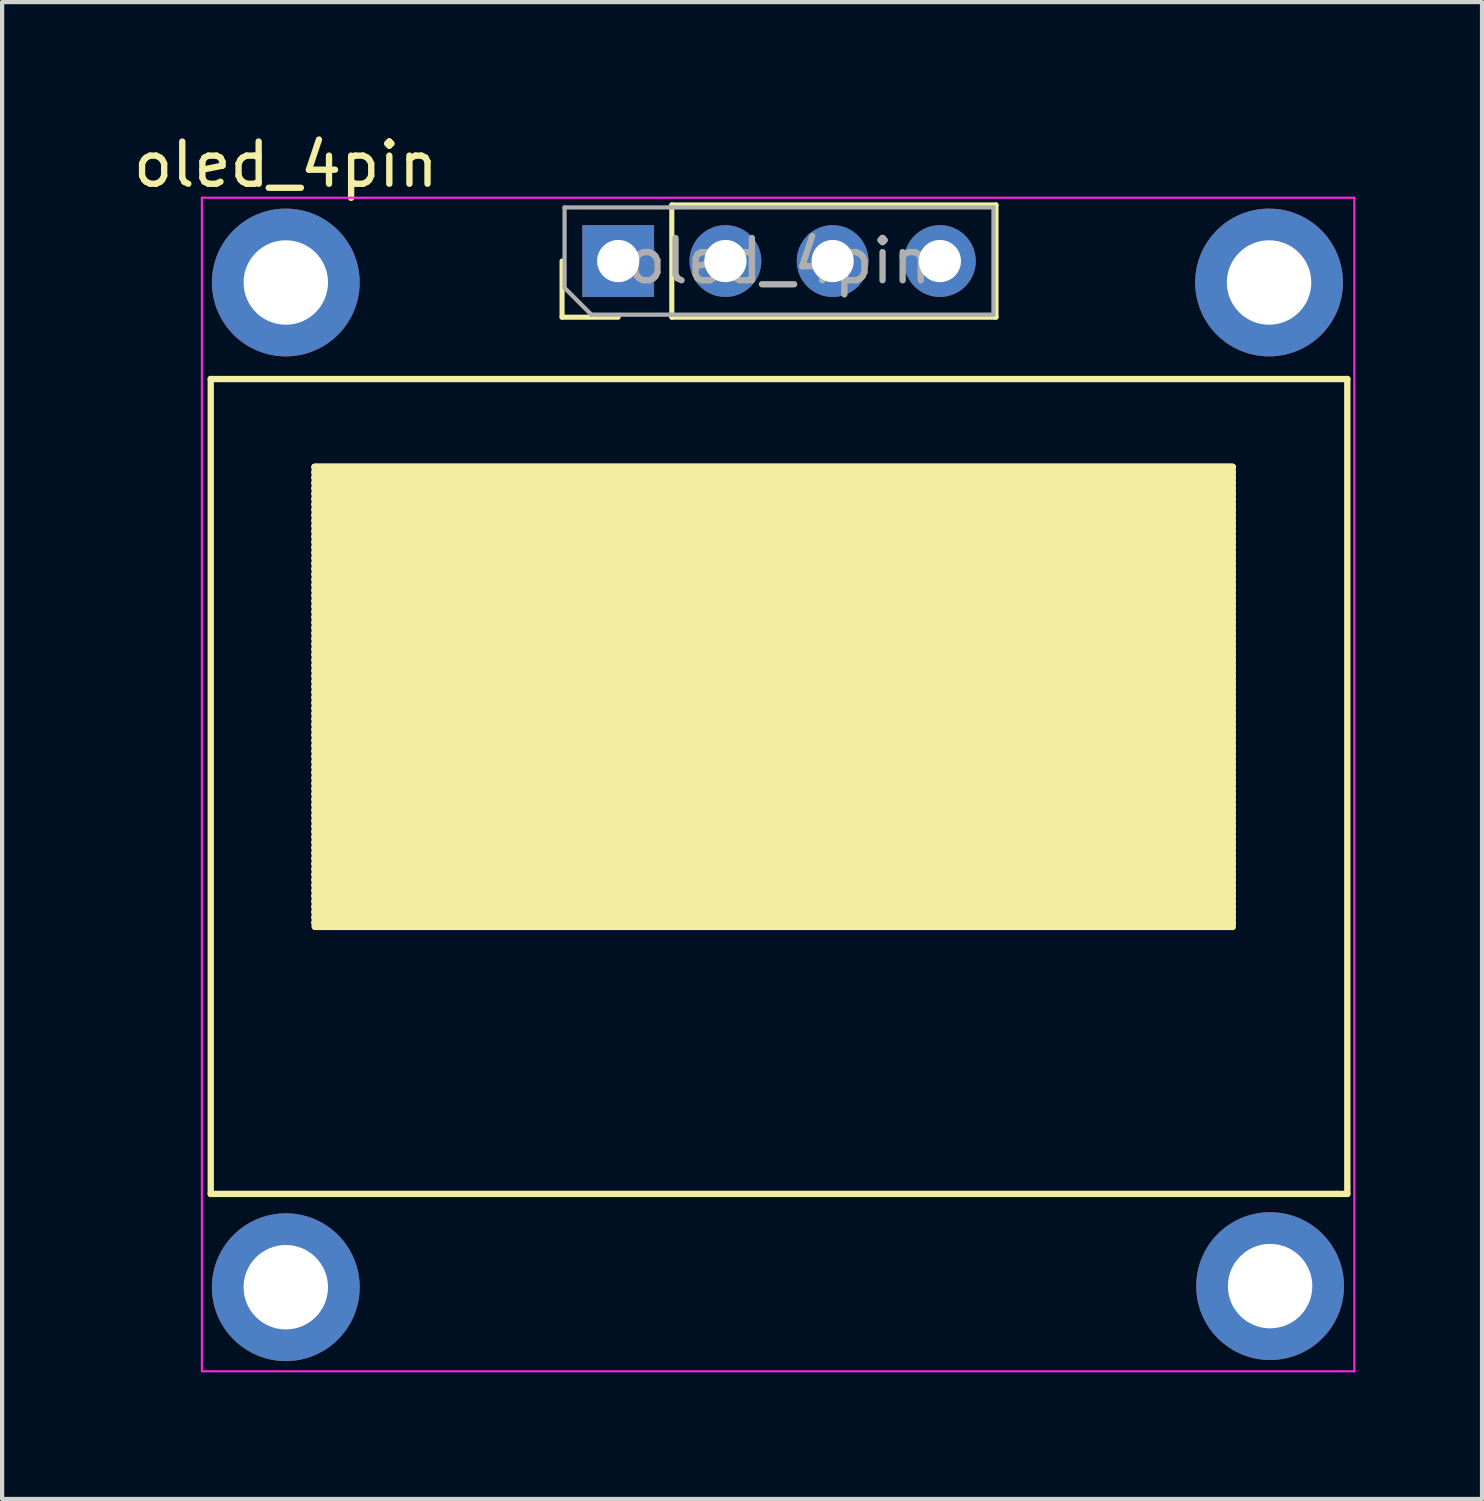
<source format=kicad_pcb>
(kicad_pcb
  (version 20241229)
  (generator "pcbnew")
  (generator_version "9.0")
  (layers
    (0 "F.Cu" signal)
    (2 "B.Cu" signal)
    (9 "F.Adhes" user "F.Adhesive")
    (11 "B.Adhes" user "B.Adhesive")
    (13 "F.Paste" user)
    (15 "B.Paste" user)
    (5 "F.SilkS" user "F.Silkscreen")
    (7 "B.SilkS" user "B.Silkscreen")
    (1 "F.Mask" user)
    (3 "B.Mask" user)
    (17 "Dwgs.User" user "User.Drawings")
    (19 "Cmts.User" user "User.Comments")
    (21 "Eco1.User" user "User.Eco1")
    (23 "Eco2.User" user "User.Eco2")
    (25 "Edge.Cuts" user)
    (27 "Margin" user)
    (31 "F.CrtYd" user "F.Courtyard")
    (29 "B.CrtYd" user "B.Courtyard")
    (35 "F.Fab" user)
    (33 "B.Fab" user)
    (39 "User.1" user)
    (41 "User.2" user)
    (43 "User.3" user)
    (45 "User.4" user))
  (footprint "oled_4pin"
    (layer "F.Cu")
    (at 15.15 2.88)
    (property "Reference" "oled_4pin" (at -11.43 -2.032 0) (layer "F.SilkS") (effects (font (size 1 1) (thickness 0.15))))
    (attr through_hole)
    (fp_line (start -13.208 3.048) (end -13.208 22.352) (stroke (width 0.15) (type solid)) (layer "F.SilkS"))
    (fp_line (start -13.208 22.352) (end 13.462 22.352) (stroke (width 0.15) (type solid)) (layer "F.SilkS"))
    (fp_line (start -10.744 5.131) (end -10.744 16.002) (stroke (width 0.15) (type solid)) (layer "F.SilkS"))
    (fp_line (start -10.744 5.131) (end 10.998 5.131) (stroke (width 0.15) (type solid)) (layer "F.SilkS"))
    (fp_line (start -10.744 5.131) (end 10.998 5.131) (stroke (width 0.15) (type solid)) (layer "F.SilkS"))
    (fp_line (start -10.744 5.131) (end 10.998 5.131) (stroke (width 0.15) (type solid)) (layer "F.SilkS"))
    (fp_line (start -10.744 5.131) (end 10.998 5.131) (stroke (width 0.15) (type solid)) (layer "F.SilkS"))
    (fp_line (start -10.744 5.131) (end 10.998 5.131) (stroke (width 0.15) (type solid)) (layer "F.SilkS"))
    (fp_line (start -10.744 5.258) (end 10.998 5.258) (stroke (width 0.15) (type solid)) (layer "F.SilkS"))
    (fp_line (start -10.744 5.258) (end 10.998 5.258) (stroke (width 0.15) (type solid)) (layer "F.SilkS"))
    (fp_line (start -10.744 5.258) (end 10.998 5.258) (stroke (width 0.15) (type solid)) (layer "F.SilkS"))
    (fp_line (start -10.744 5.258) (end 10.998 5.258) (stroke (width 0.15) (type solid)) (layer "F.SilkS"))
    (fp_line (start -10.744 5.258) (end 10.998 5.258) (stroke (width 0.15) (type solid)) (layer "F.SilkS"))
    (fp_line (start -10.744 5.385) (end 10.998 5.385) (stroke (width 0.15) (type solid)) (layer "F.SilkS"))
    (fp_line (start -10.744 5.385) (end 10.998 5.385) (stroke (width 0.15) (type solid)) (layer "F.SilkS"))
    (fp_line (start -10.744 5.385) (end 10.998 5.385) (stroke (width 0.15) (type solid)) (layer "F.SilkS"))
    (fp_line (start -10.744 5.385) (end 10.998 5.385) (stroke (width 0.15) (type solid)) (layer "F.SilkS"))
    (fp_line (start -10.744 5.385) (end 10.998 5.385) (stroke (width 0.15) (type solid)) (layer "F.SilkS"))
    (fp_line (start -10.744 5.512) (end 10.998 5.512) (stroke (width 0.15) (type solid)) (layer "F.SilkS"))
    (fp_line (start -10.744 5.512) (end 10.998 5.512) (stroke (width 0.15) (type solid)) (layer "F.SilkS"))
    (fp_line (start -10.744 5.512) (end 10.998 5.512) (stroke (width 0.15) (type solid)) (layer "F.SilkS"))
    (fp_line (start -10.744 5.512) (end 10.998 5.512) (stroke (width 0.15) (type solid)) (layer "F.SilkS"))
    (fp_line (start -10.744 5.512) (end 10.998 5.512) (stroke (width 0.15) (type solid)) (layer "F.SilkS"))
    (fp_line (start -10.744 5.639) (end 10.998 5.639) (stroke (width 0.15) (type solid)) (layer "F.SilkS"))
    (fp_line (start -10.744 5.639) (end 10.998 5.639) (stroke (width 0.15) (type solid)) (layer "F.SilkS"))
    (fp_line (start -10.744 5.639) (end 10.998 5.639) (stroke (width 0.15) (type solid)) (layer "F.SilkS"))
    (fp_line (start -10.744 5.639) (end 10.998 5.639) (stroke (width 0.15) (type solid)) (layer "F.SilkS"))
    (fp_line (start -10.744 5.639) (end 10.998 5.639) (stroke (width 0.15) (type solid)) (layer "F.SilkS"))
    (fp_line (start -10.744 5.766) (end 10.998 5.766) (stroke (width 0.15) (type solid)) (layer "F.SilkS"))
    (fp_line (start -10.744 5.766) (end 10.998 5.766) (stroke (width 0.15) (type solid)) (layer "F.SilkS"))
    (fp_line (start -10.744 5.766) (end 10.998 5.766) (stroke (width 0.15) (type solid)) (layer "F.SilkS"))
    (fp_line (start -10.744 5.766) (end 10.998 5.766) (stroke (width 0.15) (type solid)) (layer "F.SilkS"))
    (fp_line (start -10.744 5.766) (end 10.998 5.766) (stroke (width 0.15) (type solid)) (layer "F.SilkS"))
    (fp_line (start -10.744 5.893) (end 10.998 5.893) (stroke (width 0.15) (type solid)) (layer "F.SilkS"))
    (fp_line (start -10.744 5.893) (end 10.998 5.893) (stroke (width 0.15) (type solid)) (layer "F.SilkS"))
    (fp_line (start -10.744 5.893) (end 10.998 5.893) (stroke (width 0.15) (type solid)) (layer "F.SilkS"))
    (fp_line (start -10.744 5.893) (end 10.998 5.893) (stroke (width 0.15) (type solid)) (layer "F.SilkS"))
    (fp_line (start -10.744 5.893) (end 10.998 5.893) (stroke (width 0.15) (type solid)) (layer "F.SilkS"))
    (fp_line (start -10.744 6.02) (end 10.998 6.02) (stroke (width 0.15) (type solid)) (layer "F.SilkS"))
    (fp_line (start -10.744 6.02) (end 10.998 6.02) (stroke (width 0.15) (type solid)) (layer "F.SilkS"))
    (fp_line (start -10.744 6.02) (end 10.998 6.02) (stroke (width 0.15) (type solid)) (layer "F.SilkS"))
    (fp_line (start -10.744 6.02) (end 10.998 6.02) (stroke (width 0.15) (type solid)) (layer "F.SilkS"))
    (fp_line (start -10.744 6.02) (end 10.998 6.02) (stroke (width 0.15) (type solid)) (layer "F.SilkS"))
    (fp_line (start -10.744 6.147) (end 10.998 6.147) (stroke (width 0.15) (type solid)) (layer "F.SilkS"))
    (fp_line (start -10.744 6.147) (end 10.998 6.147) (stroke (width 0.15) (type solid)) (layer "F.SilkS"))
    (fp_line (start -10.744 6.147) (end 10.998 6.147) (stroke (width 0.15) (type solid)) (layer "F.SilkS"))
    (fp_line (start -10.744 6.147) (end 10.998 6.147) (stroke (width 0.15) (type solid)) (layer "F.SilkS"))
    (fp_line (start -10.744 6.147) (end 10.998 6.147) (stroke (width 0.15) (type solid)) (layer "F.SilkS"))
    (fp_line (start -10.744 6.274) (end 10.998 6.274) (stroke (width 0.15) (type solid)) (layer "F.SilkS"))
    (fp_line (start -10.744 6.274) (end 10.998 6.274) (stroke (width 0.15) (type solid)) (layer "F.SilkS"))
    (fp_line (start -10.744 6.274) (end 10.998 6.274) (stroke (width 0.15) (type solid)) (layer "F.SilkS"))
    (fp_line (start -10.744 6.274) (end 10.998 6.274) (stroke (width 0.15) (type solid)) (layer "F.SilkS"))
    (fp_line (start -10.744 6.274) (end 10.998 6.274) (stroke (width 0.15) (type solid)) (layer "F.SilkS"))
    (fp_line (start -10.744 6.401) (end 10.998 6.401) (stroke (width 0.15) (type solid)) (layer "F.SilkS"))
    (fp_line (start -10.744 6.401) (end 10.998 6.401) (stroke (width 0.15) (type solid)) (layer "F.SilkS"))
    (fp_line (start -10.744 6.401) (end 10.998 6.401) (stroke (width 0.15) (type solid)) (layer "F.SilkS"))
    (fp_line (start -10.744 6.401) (end 10.998 6.401) (stroke (width 0.15) (type solid)) (layer "F.SilkS"))
    (fp_line (start -10.744 6.401) (end 10.998 6.401) (stroke (width 0.15) (type solid)) (layer "F.SilkS"))
    (fp_line (start -10.744 6.528) (end 10.998 6.528) (stroke (width 0.15) (type solid)) (layer "F.SilkS"))
    (fp_line (start -10.744 6.528) (end 10.998 6.528) (stroke (width 0.15) (type solid)) (layer "F.SilkS"))
    (fp_line (start -10.744 6.528) (end 10.998 6.528) (stroke (width 0.15) (type solid)) (layer "F.SilkS"))
    (fp_line (start -10.744 6.528) (end 10.998 6.528) (stroke (width 0.15) (type solid)) (layer "F.SilkS"))
    (fp_line (start -10.744 6.528) (end 10.998 6.528) (stroke (width 0.15) (type solid)) (layer "F.SilkS"))
    (fp_line (start -10.744 6.655) (end 10.998 6.655) (stroke (width 0.15) (type solid)) (layer "F.SilkS"))
    (fp_line (start -10.744 6.655) (end 10.998 6.655) (stroke (width 0.15) (type solid)) (layer "F.SilkS"))
    (fp_line (start -10.744 6.655) (end 10.998 6.655) (stroke (width 0.15) (type solid)) (layer "F.SilkS"))
    (fp_line (start -10.744 6.655) (end 10.998 6.655) (stroke (width 0.15) (type solid)) (layer "F.SilkS"))
    (fp_line (start -10.744 6.655) (end 10.998 6.655) (stroke (width 0.15) (type solid)) (layer "F.SilkS"))
    (fp_line (start -10.744 6.782) (end 10.998 6.782) (stroke (width 0.15) (type solid)) (layer "F.SilkS"))
    (fp_line (start -10.744 6.782) (end 10.998 6.782) (stroke (width 0.15) (type solid)) (layer "F.SilkS"))
    (fp_line (start -10.744 6.782) (end 10.998 6.782) (stroke (width 0.15) (type solid)) (layer "F.SilkS"))
    (fp_line (start -10.744 6.782) (end 10.998 6.782) (stroke (width 0.15) (type solid)) (layer "F.SilkS"))
    (fp_line (start -10.744 6.782) (end 10.998 6.782) (stroke (width 0.15) (type solid)) (layer "F.SilkS"))
    (fp_line (start -10.744 6.909) (end 10.998 6.909) (stroke (width 0.15) (type solid)) (layer "F.SilkS"))
    (fp_line (start -10.744 6.909) (end 10.998 6.909) (stroke (width 0.15) (type solid)) (layer "F.SilkS"))
    (fp_line (start -10.744 6.909) (end 10.998 6.909) (stroke (width 0.15) (type solid)) (layer "F.SilkS"))
    (fp_line (start -10.744 6.909) (end 10.998 6.909) (stroke (width 0.15) (type solid)) (layer "F.SilkS"))
    (fp_line (start -10.744 6.909) (end 10.998 6.909) (stroke (width 0.15) (type solid)) (layer "F.SilkS"))
    (fp_line (start -10.744 7.036) (end 10.998 7.036) (stroke (width 0.15) (type solid)) (layer "F.SilkS"))
    (fp_line (start -10.744 7.036) (end 10.998 7.036) (stroke (width 0.15) (type solid)) (layer "F.SilkS"))
    (fp_line (start -10.744 7.036) (end 10.998 7.036) (stroke (width 0.15) (type solid)) (layer "F.SilkS"))
    (fp_line (start -10.744 7.036) (end 10.998 7.036) (stroke (width 0.15) (type solid)) (layer "F.SilkS"))
    (fp_line (start -10.744 7.036) (end 10.998 7.036) (stroke (width 0.15) (type solid)) (layer "F.SilkS"))
    (fp_line (start -10.744 7.163) (end 10.998 7.163) (stroke (width 0.15) (type solid)) (layer "F.SilkS"))
    (fp_line (start -10.744 7.163) (end 10.998 7.163) (stroke (width 0.15) (type solid)) (layer "F.SilkS"))
    (fp_line (start -10.744 7.163) (end 10.998 7.163) (stroke (width 0.15) (type solid)) (layer "F.SilkS"))
    (fp_line (start -10.744 7.163) (end 10.998 7.163) (stroke (width 0.15) (type solid)) (layer "F.SilkS"))
    (fp_line (start -10.744 7.163) (end 10.998 7.163) (stroke (width 0.15) (type solid)) (layer "F.SilkS"))
    (fp_line (start -10.744 7.29) (end 10.998 7.29) (stroke (width 0.15) (type solid)) (layer "F.SilkS"))
    (fp_line (start -10.744 7.29) (end 10.998 7.29) (stroke (width 0.15) (type solid)) (layer "F.SilkS"))
    (fp_line (start -10.744 7.29) (end 10.998 7.29) (stroke (width 0.15) (type solid)) (layer "F.SilkS"))
    (fp_line (start -10.744 7.29) (end 10.998 7.29) (stroke (width 0.15) (type solid)) (layer "F.SilkS"))
    (fp_line (start -10.744 7.29) (end 10.998 7.29) (stroke (width 0.15) (type solid)) (layer "F.SilkS"))
    (fp_line (start -10.744 7.417) (end 10.998 7.417) (stroke (width 0.15) (type solid)) (layer "F.SilkS"))
    (fp_line (start -10.744 7.417) (end 10.998 7.417) (stroke (width 0.15) (type solid)) (layer "F.SilkS"))
    (fp_line (start -10.744 7.417) (end 10.998 7.417) (stroke (width 0.15) (type solid)) (layer "F.SilkS"))
    (fp_line (start -10.744 7.417) (end 10.998 7.417) (stroke (width 0.15) (type solid)) (layer "F.SilkS"))
    (fp_line (start -10.744 7.417) (end 10.998 7.417) (stroke (width 0.15) (type solid)) (layer "F.SilkS"))
    (fp_line (start -10.744 7.544) (end 10.998 7.544) (stroke (width 0.15) (type solid)) (layer "F.SilkS"))
    (fp_line (start -10.744 7.544) (end 10.998 7.544) (stroke (width 0.15) (type solid)) (layer "F.SilkS"))
    (fp_line (start -10.744 7.544) (end 10.998 7.544) (stroke (width 0.15) (type solid)) (layer "F.SilkS"))
    (fp_line (start -10.744 7.544) (end 10.998 7.544) (stroke (width 0.15) (type solid)) (layer "F.SilkS"))
    (fp_line (start -10.744 7.544) (end 10.998 7.544) (stroke (width 0.15) (type solid)) (layer "F.SilkS"))
    (fp_line (start -10.744 7.671) (end 10.998 7.671) (stroke (width 0.15) (type solid)) (layer "F.SilkS"))
    (fp_line (start -10.744 7.671) (end 10.998 7.671) (stroke (width 0.15) (type solid)) (layer "F.SilkS"))
    (fp_line (start -10.744 7.671) (end 10.998 7.671) (stroke (width 0.15) (type solid)) (layer "F.SilkS"))
    (fp_line (start -10.744 7.671) (end 10.998 7.671) (stroke (width 0.15) (type solid)) (layer "F.SilkS"))
    (fp_line (start -10.744 7.671) (end 10.998 7.671) (stroke (width 0.15) (type solid)) (layer "F.SilkS"))
    (fp_line (start -10.744 7.798) (end 10.998 7.798) (stroke (width 0.15) (type solid)) (layer "F.SilkS"))
    (fp_line (start -10.744 7.798) (end 10.998 7.798) (stroke (width 0.15) (type solid)) (layer "F.SilkS"))
    (fp_line (start -10.744 7.798) (end 10.998 7.798) (stroke (width 0.15) (type solid)) (layer "F.SilkS"))
    (fp_line (start -10.744 7.798) (end 10.998 7.798) (stroke (width 0.15) (type solid)) (layer "F.SilkS"))
    (fp_line (start -10.744 7.798) (end 10.998 7.798) (stroke (width 0.15) (type solid)) (layer "F.SilkS"))
    (fp_line (start -10.744 7.925) (end 10.998 7.925) (stroke (width 0.15) (type solid)) (layer "F.SilkS"))
    (fp_line (start -10.744 7.925) (end 10.998 7.925) (stroke (width 0.15) (type solid)) (layer "F.SilkS"))
    (fp_line (start -10.744 7.925) (end 10.998 7.925) (stroke (width 0.15) (type solid)) (layer "F.SilkS"))
    (fp_line (start -10.744 7.925) (end 10.998 7.925) (stroke (width 0.15) (type solid)) (layer "F.SilkS"))
    (fp_line (start -10.744 7.925) (end 10.998 7.925) (stroke (width 0.15) (type solid)) (layer "F.SilkS"))
    (fp_line (start -10.744 8.052) (end 10.998 8.052) (stroke (width 0.15) (type solid)) (layer "F.SilkS"))
    (fp_line (start -10.744 8.052) (end 10.998 8.052) (stroke (width 0.15) (type solid)) (layer "F.SilkS"))
    (fp_line (start -10.744 8.052) (end 10.998 8.052) (stroke (width 0.15) (type solid)) (layer "F.SilkS"))
    (fp_line (start -10.744 8.052) (end 10.998 8.052) (stroke (width 0.15) (type solid)) (layer "F.SilkS"))
    (fp_line (start -10.744 8.052) (end 10.998 8.052) (stroke (width 0.15) (type solid)) (layer "F.SilkS"))
    (fp_line (start -10.744 8.179) (end 10.998 8.179) (stroke (width 0.15) (type solid)) (layer "F.SilkS"))
    (fp_line (start -10.744 8.179) (end 10.998 8.179) (stroke (width 0.15) (type solid)) (layer "F.SilkS"))
    (fp_line (start -10.744 8.179) (end 10.998 8.179) (stroke (width 0.15) (type solid)) (layer "F.SilkS"))
    (fp_line (start -10.744 8.179) (end 10.998 8.179) (stroke (width 0.15) (type solid)) (layer "F.SilkS"))
    (fp_line (start -10.744 8.179) (end 10.998 8.179) (stroke (width 0.15) (type solid)) (layer "F.SilkS"))
    (fp_line (start -10.744 8.306) (end 10.998 8.306) (stroke (width 0.15) (type solid)) (layer "F.SilkS"))
    (fp_line (start -10.744 8.306) (end 10.998 8.306) (stroke (width 0.15) (type solid)) (layer "F.SilkS"))
    (fp_line (start -10.744 8.306) (end 10.998 8.306) (stroke (width 0.15) (type solid)) (layer "F.SilkS"))
    (fp_line (start -10.744 8.306) (end 10.998 8.306) (stroke (width 0.15) (type solid)) (layer "F.SilkS"))
    (fp_line (start -10.744 8.306) (end 10.998 8.306) (stroke (width 0.15) (type solid)) (layer "F.SilkS"))
    (fp_line (start -10.744 8.433) (end 10.998 8.433) (stroke (width 0.15) (type solid)) (layer "F.SilkS"))
    (fp_line (start -10.744 8.433) (end 10.998 8.433) (stroke (width 0.15) (type solid)) (layer "F.SilkS"))
    (fp_line (start -10.744 8.433) (end 10.998 8.433) (stroke (width 0.15) (type solid)) (layer "F.SilkS"))
    (fp_line (start -10.744 8.433) (end 10.998 8.433) (stroke (width 0.15) (type solid)) (layer "F.SilkS"))
    (fp_line (start -10.744 8.433) (end 10.998 8.433) (stroke (width 0.15) (type solid)) (layer "F.SilkS"))
    (fp_line (start -10.744 8.56) (end 10.998 8.56) (stroke (width 0.15) (type solid)) (layer "F.SilkS"))
    (fp_line (start -10.744 8.56) (end 10.998 8.56) (stroke (width 0.15) (type solid)) (layer "F.SilkS"))
    (fp_line (start -10.744 8.56) (end 10.998 8.56) (stroke (width 0.15) (type solid)) (layer "F.SilkS"))
    (fp_line (start -10.744 8.56) (end 10.998 8.56) (stroke (width 0.15) (type solid)) (layer "F.SilkS"))
    (fp_line (start -10.744 8.56) (end 10.998 8.56) (stroke (width 0.15) (type solid)) (layer "F.SilkS"))
    (fp_line (start -10.744 8.687) (end 10.998 8.687) (stroke (width 0.15) (type solid)) (layer "F.SilkS"))
    (fp_line (start -10.744 8.687) (end 10.998 8.687) (stroke (width 0.15) (type solid)) (layer "F.SilkS"))
    (fp_line (start -10.744 8.687) (end 10.998 8.687) (stroke (width 0.15) (type solid)) (layer "F.SilkS"))
    (fp_line (start -10.744 8.687) (end 10.998 8.687) (stroke (width 0.15) (type solid)) (layer "F.SilkS"))
    (fp_line (start -10.744 8.687) (end 10.998 8.687) (stroke (width 0.15) (type solid)) (layer "F.SilkS"))
    (fp_line (start -10.744 8.814) (end 10.998 8.814) (stroke (width 0.15) (type solid)) (layer "F.SilkS"))
    (fp_line (start -10.744 8.814) (end 10.998 8.814) (stroke (width 0.15) (type solid)) (layer "F.SilkS"))
    (fp_line (start -10.744 8.814) (end 10.998 8.814) (stroke (width 0.15) (type solid)) (layer "F.SilkS"))
    (fp_line (start -10.744 8.814) (end 10.998 8.814) (stroke (width 0.15) (type solid)) (layer "F.SilkS"))
    (fp_line (start -10.744 8.814) (end 10.998 8.814) (stroke (width 0.15) (type solid)) (layer "F.SilkS"))
    (fp_line (start -10.744 8.941) (end 10.998 8.941) (stroke (width 0.15) (type solid)) (layer "F.SilkS"))
    (fp_line (start -10.744 8.941) (end 10.998 8.941) (stroke (width 0.15) (type solid)) (layer "F.SilkS"))
    (fp_line (start -10.744 8.941) (end 10.998 8.941) (stroke (width 0.15) (type solid)) (layer "F.SilkS"))
    (fp_line (start -10.744 8.941) (end 10.998 8.941) (stroke (width 0.15) (type solid)) (layer "F.SilkS"))
    (fp_line (start -10.744 8.941) (end 10.998 8.941) (stroke (width 0.15) (type solid)) (layer "F.SilkS"))
    (fp_line (start -10.744 9.068) (end 10.998 9.068) (stroke (width 0.15) (type solid)) (layer "F.SilkS"))
    (fp_line (start -10.744 9.068) (end 10.998 9.068) (stroke (width 0.15) (type solid)) (layer "F.SilkS"))
    (fp_line (start -10.744 9.068) (end 10.998 9.068) (stroke (width 0.15) (type solid)) (layer "F.SilkS"))
    (fp_line (start -10.744 9.068) (end 10.998 9.068) (stroke (width 0.15) (type solid)) (layer "F.SilkS"))
    (fp_line (start -10.744 9.068) (end 10.998 9.068) (stroke (width 0.15) (type solid)) (layer "F.SilkS"))
    (fp_line (start -10.744 9.195) (end 10.998 9.195) (stroke (width 0.15) (type solid)) (layer "F.SilkS"))
    (fp_line (start -10.744 9.195) (end 10.998 9.195) (stroke (width 0.15) (type solid)) (layer "F.SilkS"))
    (fp_line (start -10.744 9.195) (end 10.998 9.195) (stroke (width 0.15) (type solid)) (layer "F.SilkS"))
    (fp_line (start -10.744 9.195) (end 10.998 9.195) (stroke (width 0.15) (type solid)) (layer "F.SilkS"))
    (fp_line (start -10.744 9.195) (end 10.998 9.195) (stroke (width 0.15) (type solid)) (layer "F.SilkS"))
    (fp_line (start -10.744 9.322) (end 10.998 9.322) (stroke (width 0.15) (type solid)) (layer "F.SilkS"))
    (fp_line (start -10.744 9.322) (end 10.998 9.322) (stroke (width 0.15) (type solid)) (layer "F.SilkS"))
    (fp_line (start -10.744 9.322) (end 10.998 9.322) (stroke (width 0.15) (type solid)) (layer "F.SilkS"))
    (fp_line (start -10.744 9.322) (end 10.998 9.322) (stroke (width 0.15) (type solid)) (layer "F.SilkS"))
    (fp_line (start -10.744 9.322) (end 10.998 9.322) (stroke (width 0.15) (type solid)) (layer "F.SilkS"))
    (fp_line (start -10.744 9.449) (end 10.998 9.449) (stroke (width 0.15) (type solid)) (layer "F.SilkS"))
    (fp_line (start -10.744 9.449) (end 10.998 9.449) (stroke (width 0.15) (type solid)) (layer "F.SilkS"))
    (fp_line (start -10.744 9.449) (end 10.998 9.449) (stroke (width 0.15) (type solid)) (layer "F.SilkS"))
    (fp_line (start -10.744 9.449) (end 10.998 9.449) (stroke (width 0.15) (type solid)) (layer "F.SilkS"))
    (fp_line (start -10.744 9.449) (end 10.998 9.449) (stroke (width 0.15) (type solid)) (layer "F.SilkS"))
    (fp_line (start -10.744 9.576) (end 10.998 9.576) (stroke (width 0.15) (type solid)) (layer "F.SilkS"))
    (fp_line (start -10.744 9.576) (end 10.998 9.576) (stroke (width 0.15) (type solid)) (layer "F.SilkS"))
    (fp_line (start -10.744 9.576) (end 10.998 9.576) (stroke (width 0.15) (type solid)) (layer "F.SilkS"))
    (fp_line (start -10.744 9.576) (end 10.998 9.576) (stroke (width 0.15) (type solid)) (layer "F.SilkS"))
    (fp_line (start -10.744 9.576) (end 10.998 9.576) (stroke (width 0.15) (type solid)) (layer "F.SilkS"))
    (fp_line (start -10.744 9.703) (end 10.998 9.703) (stroke (width 0.15) (type solid)) (layer "F.SilkS"))
    (fp_line (start -10.744 9.703) (end 10.998 9.703) (stroke (width 0.15) (type solid)) (layer "F.SilkS"))
    (fp_line (start -10.744 9.703) (end 10.998 9.703) (stroke (width 0.15) (type solid)) (layer "F.SilkS"))
    (fp_line (start -10.744 9.703) (end 10.998 9.703) (stroke (width 0.15) (type solid)) (layer "F.SilkS"))
    (fp_line (start -10.744 9.703) (end 10.998 9.703) (stroke (width 0.15) (type solid)) (layer "F.SilkS"))
    (fp_line (start -10.744 9.83) (end 10.998 9.83) (stroke (width 0.15) (type solid)) (layer "F.SilkS"))
    (fp_line (start -10.744 9.83) (end 10.998 9.83) (stroke (width 0.15) (type solid)) (layer "F.SilkS"))
    (fp_line (start -10.744 9.83) (end 10.998 9.83) (stroke (width 0.15) (type solid)) (layer "F.SilkS"))
    (fp_line (start -10.744 9.83) (end 10.998 9.83) (stroke (width 0.15) (type solid)) (layer "F.SilkS"))
    (fp_line (start -10.744 9.83) (end 10.998 9.83) (stroke (width 0.15) (type solid)) (layer "F.SilkS"))
    (fp_line (start -10.744 9.957) (end 10.998 9.957) (stroke (width 0.15) (type solid)) (layer "F.SilkS"))
    (fp_line (start -10.744 9.957) (end 10.998 9.957) (stroke (width 0.15) (type solid)) (layer "F.SilkS"))
    (fp_line (start -10.744 9.957) (end 10.998 9.957) (stroke (width 0.15) (type solid)) (layer "F.SilkS"))
    (fp_line (start -10.744 9.957) (end 10.998 9.957) (stroke (width 0.15) (type solid)) (layer "F.SilkS"))
    (fp_line (start -10.744 9.957) (end 10.998 9.957) (stroke (width 0.15) (type solid)) (layer "F.SilkS"))
    (fp_line (start -10.744 10.084) (end 10.998 10.084) (stroke (width 0.15) (type solid)) (layer "F.SilkS"))
    (fp_line (start -10.744 10.084) (end 10.998 10.084) (stroke (width 0.15) (type solid)) (layer "F.SilkS"))
    (fp_line (start -10.744 10.084) (end 10.998 10.084) (stroke (width 0.15) (type solid)) (layer "F.SilkS"))
    (fp_line (start -10.744 10.084) (end 10.998 10.084) (stroke (width 0.15) (type solid)) (layer "F.SilkS"))
    (fp_line (start -10.744 10.084) (end 10.998 10.084) (stroke (width 0.15) (type solid)) (layer "F.SilkS"))
    (fp_line (start -10.744 10.211) (end 10.998 10.211) (stroke (width 0.15) (type solid)) (layer "F.SilkS"))
    (fp_line (start -10.744 10.211) (end 10.998 10.211) (stroke (width 0.15) (type solid)) (layer "F.SilkS"))
    (fp_line (start -10.744 10.211) (end 10.998 10.211) (stroke (width 0.15) (type solid)) (layer "F.SilkS"))
    (fp_line (start -10.744 10.211) (end 10.998 10.211) (stroke (width 0.15) (type solid)) (layer "F.SilkS"))
    (fp_line (start -10.744 10.211) (end 10.998 10.211) (stroke (width 0.15) (type solid)) (layer "F.SilkS"))
    (fp_line (start -10.744 10.338) (end 10.998 10.338) (stroke (width 0.15) (type solid)) (layer "F.SilkS"))
    (fp_line (start -10.744 10.338) (end 10.998 10.338) (stroke (width 0.15) (type solid)) (layer "F.SilkS"))
    (fp_line (start -10.744 10.338) (end 10.998 10.338) (stroke (width 0.15) (type solid)) (layer "F.SilkS"))
    (fp_line (start -10.744 10.338) (end 10.998 10.338) (stroke (width 0.15) (type solid)) (layer "F.SilkS"))
    (fp_line (start -10.744 10.338) (end 10.998 10.338) (stroke (width 0.15) (type solid)) (layer "F.SilkS"))
    (fp_line (start -10.744 10.465) (end 10.998 10.465) (stroke (width 0.15) (type solid)) (layer "F.SilkS"))
    (fp_line (start -10.744 10.465) (end 10.998 10.465) (stroke (width 0.15) (type solid)) (layer "F.SilkS"))
    (fp_line (start -10.744 10.465) (end 10.998 10.465) (stroke (width 0.15) (type solid)) (layer "F.SilkS"))
    (fp_line (start -10.744 10.465) (end 10.998 10.465) (stroke (width 0.15) (type solid)) (layer "F.SilkS"))
    (fp_line (start -10.744 10.465) (end 10.998 10.465) (stroke (width 0.15) (type solid)) (layer "F.SilkS"))
    (fp_line (start -10.744 10.592) (end 10.998 10.592) (stroke (width 0.15) (type solid)) (layer "F.SilkS"))
    (fp_line (start -10.744 10.592) (end 10.998 10.592) (stroke (width 0.15) (type solid)) (layer "F.SilkS"))
    (fp_line (start -10.744 10.592) (end 10.998 10.592) (stroke (width 0.15) (type solid)) (layer "F.SilkS"))
    (fp_line (start -10.744 10.592) (end 10.998 10.592) (stroke (width 0.15) (type solid)) (layer "F.SilkS"))
    (fp_line (start -10.744 10.592) (end 10.998 10.592) (stroke (width 0.15) (type solid)) (layer "F.SilkS"))
    (fp_line (start -10.744 10.719) (end 10.998 10.719) (stroke (width 0.15) (type solid)) (layer "F.SilkS"))
    (fp_line (start -10.744 10.719) (end 10.998 10.719) (stroke (width 0.15) (type solid)) (layer "F.SilkS"))
    (fp_line (start -10.744 10.719) (end 10.998 10.719) (stroke (width 0.15) (type solid)) (layer "F.SilkS"))
    (fp_line (start -10.744 10.719) (end 10.998 10.719) (stroke (width 0.15) (type solid)) (layer "F.SilkS"))
    (fp_line (start -10.744 10.719) (end 10.998 10.719) (stroke (width 0.15) (type solid)) (layer "F.SilkS"))
    (fp_line (start -10.744 10.846) (end 10.998 10.846) (stroke (width 0.15) (type solid)) (layer "F.SilkS"))
    (fp_line (start -10.744 10.846) (end 10.998 10.846) (stroke (width 0.15) (type solid)) (layer "F.SilkS"))
    (fp_line (start -10.744 10.846) (end 10.998 10.846) (stroke (width 0.15) (type solid)) (layer "F.SilkS"))
    (fp_line (start -10.744 10.846) (end 10.998 10.846) (stroke (width 0.15) (type solid)) (layer "F.SilkS"))
    (fp_line (start -10.744 10.846) (end 10.998 10.846) (stroke (width 0.15) (type solid)) (layer "F.SilkS"))
    (fp_line (start -10.744 10.973) (end 10.998 10.973) (stroke (width 0.15) (type solid)) (layer "F.SilkS"))
    (fp_line (start -10.744 10.973) (end 10.998 10.973) (stroke (width 0.15) (type solid)) (layer "F.SilkS"))
    (fp_line (start -10.744 10.973) (end 10.998 10.973) (stroke (width 0.15) (type solid)) (layer "F.SilkS"))
    (fp_line (start -10.744 10.973) (end 10.998 10.973) (stroke (width 0.15) (type solid)) (layer "F.SilkS"))
    (fp_line (start -10.744 10.973) (end 10.998 10.973) (stroke (width 0.15) (type solid)) (layer "F.SilkS"))
    (fp_line (start -10.744 11.1) (end 10.998 11.1) (stroke (width 0.15) (type solid)) (layer "F.SilkS"))
    (fp_line (start -10.744 11.1) (end 10.998 11.1) (stroke (width 0.15) (type solid)) (layer "F.SilkS"))
    (fp_line (start -10.744 11.1) (end 10.998 11.1) (stroke (width 0.15) (type solid)) (layer "F.SilkS"))
    (fp_line (start -10.744 11.1) (end 10.998 11.1) (stroke (width 0.15) (type solid)) (layer "F.SilkS"))
    (fp_line (start -10.744 11.1) (end 10.998 11.1) (stroke (width 0.15) (type solid)) (layer "F.SilkS"))
    (fp_line (start -10.744 11.227) (end 10.998 11.227) (stroke (width 0.15) (type solid)) (layer "F.SilkS"))
    (fp_line (start -10.744 11.227) (end 10.998 11.227) (stroke (width 0.15) (type solid)) (layer "F.SilkS"))
    (fp_line (start -10.744 11.227) (end 10.998 11.227) (stroke (width 0.15) (type solid)) (layer "F.SilkS"))
    (fp_line (start -10.744 11.227) (end 10.998 11.227) (stroke (width 0.15) (type solid)) (layer "F.SilkS"))
    (fp_line (start -10.744 11.227) (end 10.998 11.227) (stroke (width 0.15) (type solid)) (layer "F.SilkS"))
    (fp_line (start -10.744 11.354) (end 10.998 11.354) (stroke (width 0.15) (type solid)) (layer "F.SilkS"))
    (fp_line (start -10.744 11.354) (end 10.998 11.354) (stroke (width 0.15) (type solid)) (layer "F.SilkS"))
    (fp_line (start -10.744 11.354) (end 10.998 11.354) (stroke (width 0.15) (type solid)) (layer "F.SilkS"))
    (fp_line (start -10.744 11.354) (end 10.998 11.354) (stroke (width 0.15) (type solid)) (layer "F.SilkS"))
    (fp_line (start -10.744 11.354) (end 10.998 11.354) (stroke (width 0.15) (type solid)) (layer "F.SilkS"))
    (fp_line (start -10.744 11.481) (end 10.998 11.481) (stroke (width 0.15) (type solid)) (layer "F.SilkS"))
    (fp_line (start -10.744 11.481) (end 10.998 11.481) (stroke (width 0.15) (type solid)) (layer "F.SilkS"))
    (fp_line (start -10.744 11.481) (end 10.998 11.481) (stroke (width 0.15) (type solid)) (layer "F.SilkS"))
    (fp_line (start -10.744 11.481) (end 10.998 11.481) (stroke (width 0.15) (type solid)) (layer "F.SilkS"))
    (fp_line (start -10.744 11.481) (end 10.998 11.481) (stroke (width 0.15) (type solid)) (layer "F.SilkS"))
    (fp_line (start -10.744 11.608) (end 10.998 11.608) (stroke (width 0.15) (type solid)) (layer "F.SilkS"))
    (fp_line (start -10.744 11.608) (end 10.998 11.608) (stroke (width 0.15) (type solid)) (layer "F.SilkS"))
    (fp_line (start -10.744 11.608) (end 10.998 11.608) (stroke (width 0.15) (type solid)) (layer "F.SilkS"))
    (fp_line (start -10.744 11.608) (end 10.998 11.608) (stroke (width 0.15) (type solid)) (layer "F.SilkS"))
    (fp_line (start -10.744 11.608) (end 10.998 11.608) (stroke (width 0.15) (type solid)) (layer "F.SilkS"))
    (fp_line (start -10.744 11.735) (end 10.998 11.735) (stroke (width 0.15) (type solid)) (layer "F.SilkS"))
    (fp_line (start -10.744 11.735) (end 10.998 11.735) (stroke (width 0.15) (type solid)) (layer "F.SilkS"))
    (fp_line (start -10.744 11.735) (end 10.998 11.735) (stroke (width 0.15) (type solid)) (layer "F.SilkS"))
    (fp_line (start -10.744 11.735) (end 10.998 11.735) (stroke (width 0.15) (type solid)) (layer "F.SilkS"))
    (fp_line (start -10.744 11.735) (end 10.998 11.735) (stroke (width 0.15) (type solid)) (layer "F.SilkS"))
    (fp_line (start -10.744 11.862) (end 10.998 11.862) (stroke (width 0.15) (type solid)) (layer "F.SilkS"))
    (fp_line (start -10.744 11.862) (end 10.998 11.862) (stroke (width 0.15) (type solid)) (layer "F.SilkS"))
    (fp_line (start -10.744 11.862) (end 10.998 11.862) (stroke (width 0.15) (type solid)) (layer "F.SilkS"))
    (fp_line (start -10.744 11.862) (end 10.998 11.862) (stroke (width 0.15) (type solid)) (layer "F.SilkS"))
    (fp_line (start -10.744 11.862) (end 10.998 11.862) (stroke (width 0.15) (type solid)) (layer "F.SilkS"))
    (fp_line (start -10.744 11.989) (end 10.998 11.989) (stroke (width 0.15) (type solid)) (layer "F.SilkS"))
    (fp_line (start -10.744 11.989) (end 10.998 11.989) (stroke (width 0.15) (type solid)) (layer "F.SilkS"))
    (fp_line (start -10.744 11.989) (end 10.998 11.989) (stroke (width 0.15) (type solid)) (layer "F.SilkS"))
    (fp_line (start -10.744 11.989) (end 10.998 11.989) (stroke (width 0.15) (type solid)) (layer "F.SilkS"))
    (fp_line (start -10.744 11.989) (end 10.998 11.989) (stroke (width 0.15) (type solid)) (layer "F.SilkS"))
    (fp_line (start -10.744 12.116) (end 10.998 12.116) (stroke (width 0.15) (type solid)) (layer "F.SilkS"))
    (fp_line (start -10.744 12.116) (end 10.998 12.116) (stroke (width 0.15) (type solid)) (layer "F.SilkS"))
    (fp_line (start -10.744 12.116) (end 10.998 12.116) (stroke (width 0.15) (type solid)) (layer "F.SilkS"))
    (fp_line (start -10.744 12.116) (end 10.998 12.116) (stroke (width 0.15) (type solid)) (layer "F.SilkS"))
    (fp_line (start -10.744 12.116) (end 10.998 12.116) (stroke (width 0.15) (type solid)) (layer "F.SilkS"))
    (fp_line (start -10.744 12.243) (end 10.998 12.243) (stroke (width 0.15) (type solid)) (layer "F.SilkS"))
    (fp_line (start -10.744 12.243) (end 10.998 12.243) (stroke (width 0.15) (type solid)) (layer "F.SilkS"))
    (fp_line (start -10.744 12.243) (end 10.998 12.243) (stroke (width 0.15) (type solid)) (layer "F.SilkS"))
    (fp_line (start -10.744 12.243) (end 10.998 12.243) (stroke (width 0.15) (type solid)) (layer "F.SilkS"))
    (fp_line (start -10.744 12.243) (end 10.998 12.243) (stroke (width 0.15) (type solid)) (layer "F.SilkS"))
    (fp_line (start -10.744 12.37) (end 10.998 12.37) (stroke (width 0.15) (type solid)) (layer "F.SilkS"))
    (fp_line (start -10.744 12.37) (end 10.998 12.37) (stroke (width 0.15) (type solid)) (layer "F.SilkS"))
    (fp_line (start -10.744 12.37) (end 10.998 12.37) (stroke (width 0.15) (type solid)) (layer "F.SilkS"))
    (fp_line (start -10.744 12.37) (end 10.998 12.37) (stroke (width 0.15) (type solid)) (layer "F.SilkS"))
    (fp_line (start -10.744 12.37) (end 10.998 12.37) (stroke (width 0.15) (type solid)) (layer "F.SilkS"))
    (fp_line (start -10.744 12.497) (end 10.998 12.497) (stroke (width 0.15) (type solid)) (layer "F.SilkS"))
    (fp_line (start -10.744 12.497) (end 10.998 12.497) (stroke (width 0.15) (type solid)) (layer "F.SilkS"))
    (fp_line (start -10.744 12.497) (end 10.998 12.497) (stroke (width 0.15) (type solid)) (layer "F.SilkS"))
    (fp_line (start -10.744 12.497) (end 10.998 12.497) (stroke (width 0.15) (type solid)) (layer "F.SilkS"))
    (fp_line (start -10.744 12.497) (end 10.998 12.497) (stroke (width 0.15) (type solid)) (layer "F.SilkS"))
    (fp_line (start -10.744 12.624) (end 10.998 12.624) (stroke (width 0.15) (type solid)) (layer "F.SilkS"))
    (fp_line (start -10.744 12.624) (end 10.998 12.624) (stroke (width 0.15) (type solid)) (layer "F.SilkS"))
    (fp_line (start -10.744 12.624) (end 10.998 12.624) (stroke (width 0.15) (type solid)) (layer "F.SilkS"))
    (fp_line (start -10.744 12.624) (end 10.998 12.624) (stroke (width 0.15) (type solid)) (layer "F.SilkS"))
    (fp_line (start -10.744 12.624) (end 10.998 12.624) (stroke (width 0.15) (type solid)) (layer "F.SilkS"))
    (fp_line (start -10.744 12.751) (end 10.998 12.751) (stroke (width 0.15) (type solid)) (layer "F.SilkS"))
    (fp_line (start -10.744 12.751) (end 10.998 12.751) (stroke (width 0.15) (type solid)) (layer "F.SilkS"))
    (fp_line (start -10.744 12.751) (end 10.998 12.751) (stroke (width 0.15) (type solid)) (layer "F.SilkS"))
    (fp_line (start -10.744 12.751) (end 10.998 12.751) (stroke (width 0.15) (type solid)) (layer "F.SilkS"))
    (fp_line (start -10.744 12.751) (end 10.998 12.751) (stroke (width 0.15) (type solid)) (layer "F.SilkS"))
    (fp_line (start -10.744 12.878) (end 10.998 12.878) (stroke (width 0.15) (type solid)) (layer "F.SilkS"))
    (fp_line (start -10.744 12.878) (end 10.998 12.878) (stroke (width 0.15) (type solid)) (layer "F.SilkS"))
    (fp_line (start -10.744 12.878) (end 10.998 12.878) (stroke (width 0.15) (type solid)) (layer "F.SilkS"))
    (fp_line (start -10.744 12.878) (end 10.998 12.878) (stroke (width 0.15) (type solid)) (layer "F.SilkS"))
    (fp_line (start -10.744 12.878) (end 10.998 12.878) (stroke (width 0.15) (type solid)) (layer "F.SilkS"))
    (fp_line (start -10.744 13.005) (end 10.998 13.005) (stroke (width 0.15) (type solid)) (layer "F.SilkS"))
    (fp_line (start -10.744 13.005) (end 10.998 13.005) (stroke (width 0.15) (type solid)) (layer "F.SilkS"))
    (fp_line (start -10.744 13.005) (end 10.998 13.005) (stroke (width 0.15) (type solid)) (layer "F.SilkS"))
    (fp_line (start -10.744 13.005) (end 10.998 13.005) (stroke (width 0.15) (type solid)) (layer "F.SilkS"))
    (fp_line (start -10.744 13.005) (end 10.998 13.005) (stroke (width 0.15) (type solid)) (layer "F.SilkS"))
    (fp_line (start -10.744 13.132) (end 10.998 13.132) (stroke (width 0.15) (type solid)) (layer "F.SilkS"))
    (fp_line (start -10.744 13.132) (end 10.998 13.132) (stroke (width 0.15) (type solid)) (layer "F.SilkS"))
    (fp_line (start -10.744 13.132) (end 10.998 13.132) (stroke (width 0.15) (type solid)) (layer "F.SilkS"))
    (fp_line (start -10.744 13.132) (end 10.998 13.132) (stroke (width 0.15) (type solid)) (layer "F.SilkS"))
    (fp_line (start -10.744 13.132) (end 10.998 13.132) (stroke (width 0.15) (type solid)) (layer "F.SilkS"))
    (fp_line (start -10.744 13.259) (end 10.998 13.259) (stroke (width 0.15) (type solid)) (layer "F.SilkS"))
    (fp_line (start -10.744 13.259) (end 10.998 13.259) (stroke (width 0.15) (type solid)) (layer "F.SilkS"))
    (fp_line (start -10.744 13.259) (end 10.998 13.259) (stroke (width 0.15) (type solid)) (layer "F.SilkS"))
    (fp_line (start -10.744 13.259) (end 10.998 13.259) (stroke (width 0.15) (type solid)) (layer "F.SilkS"))
    (fp_line (start -10.744 13.259) (end 10.998 13.259) (stroke (width 0.15) (type solid)) (layer "F.SilkS"))
    (fp_line (start -10.744 13.386) (end 10.998 13.386) (stroke (width 0.15) (type solid)) (layer "F.SilkS"))
    (fp_line (start -10.744 13.386) (end 10.998 13.386) (stroke (width 0.15) (type solid)) (layer "F.SilkS"))
    (fp_line (start -10.744 13.386) (end 10.998 13.386) (stroke (width 0.15) (type solid)) (layer "F.SilkS"))
    (fp_line (start -10.744 13.386) (end 10.998 13.386) (stroke (width 0.15) (type solid)) (layer "F.SilkS"))
    (fp_line (start -10.744 13.386) (end 10.998 13.386) (stroke (width 0.15) (type solid)) (layer "F.SilkS"))
    (fp_line (start -10.744 13.513) (end 10.998 13.513) (stroke (width 0.15) (type solid)) (layer "F.SilkS"))
    (fp_line (start -10.744 13.513) (end 10.998 13.513) (stroke (width 0.15) (type solid)) (layer "F.SilkS"))
    (fp_line (start -10.744 13.513) (end 10.998 13.513) (stroke (width 0.15) (type solid)) (layer "F.SilkS"))
    (fp_line (start -10.744 13.513) (end 10.998 13.513) (stroke (width 0.15) (type solid)) (layer "F.SilkS"))
    (fp_line (start -10.744 13.513) (end 10.998 13.513) (stroke (width 0.15) (type solid)) (layer "F.SilkS"))
    (fp_line (start -10.744 13.64) (end 10.998 13.64) (stroke (width 0.15) (type solid)) (layer "F.SilkS"))
    (fp_line (start -10.744 13.64) (end 10.998 13.64) (stroke (width 0.15) (type solid)) (layer "F.SilkS"))
    (fp_line (start -10.744 13.64) (end 10.998 13.64) (stroke (width 0.15) (type solid)) (layer "F.SilkS"))
    (fp_line (start -10.744 13.64) (end 10.998 13.64) (stroke (width 0.15) (type solid)) (layer "F.SilkS"))
    (fp_line (start -10.744 13.64) (end 10.998 13.64) (stroke (width 0.15) (type solid)) (layer "F.SilkS"))
    (fp_line (start -10.744 13.767) (end 10.998 13.767) (stroke (width 0.15) (type solid)) (layer "F.SilkS"))
    (fp_line (start -10.744 13.767) (end 10.998 13.767) (stroke (width 0.15) (type solid)) (layer "F.SilkS"))
    (fp_line (start -10.744 13.767) (end 10.998 13.767) (stroke (width 0.15) (type solid)) (layer "F.SilkS"))
    (fp_line (start -10.744 13.767) (end 10.998 13.767) (stroke (width 0.15) (type solid)) (layer "F.SilkS"))
    (fp_line (start -10.744 13.767) (end 10.998 13.767) (stroke (width 0.15) (type solid)) (layer "F.SilkS"))
    (fp_line (start -10.744 13.894) (end 10.998 13.894) (stroke (width 0.15) (type solid)) (layer "F.SilkS"))
    (fp_line (start -10.744 13.894) (end 10.998 13.894) (stroke (width 0.15) (type solid)) (layer "F.SilkS"))
    (fp_line (start -10.744 13.894) (end 10.998 13.894) (stroke (width 0.15) (type solid)) (layer "F.SilkS"))
    (fp_line (start -10.744 13.894) (end 10.998 13.894) (stroke (width 0.15) (type solid)) (layer "F.SilkS"))
    (fp_line (start -10.744 13.894) (end 10.998 13.894) (stroke (width 0.15) (type solid)) (layer "F.SilkS"))
    (fp_line (start -10.744 14.021) (end 10.998 14.021) (stroke (width 0.15) (type solid)) (layer "F.SilkS"))
    (fp_line (start -10.744 14.021) (end 10.998 14.021) (stroke (width 0.15) (type solid)) (layer "F.SilkS"))
    (fp_line (start -10.744 14.021) (end 10.998 14.021) (stroke (width 0.15) (type solid)) (layer "F.SilkS"))
    (fp_line (start -10.744 14.021) (end 10.998 14.021) (stroke (width 0.15) (type solid)) (layer "F.SilkS"))
    (fp_line (start -10.744 14.021) (end 10.998 14.021) (stroke (width 0.15) (type solid)) (layer "F.SilkS"))
    (fp_line (start -10.744 14.148) (end 10.998 14.148) (stroke (width 0.15) (type solid)) (layer "F.SilkS"))
    (fp_line (start -10.744 14.148) (end 10.998 14.148) (stroke (width 0.15) (type solid)) (layer "F.SilkS"))
    (fp_line (start -10.744 14.148) (end 10.998 14.148) (stroke (width 0.15) (type solid)) (layer "F.SilkS"))
    (fp_line (start -10.744 14.148) (end 10.998 14.148) (stroke (width 0.15) (type solid)) (layer "F.SilkS"))
    (fp_line (start -10.744 14.148) (end 10.998 14.148) (stroke (width 0.15) (type solid)) (layer "F.SilkS"))
    (fp_line (start -10.744 14.275) (end 10.998 14.275) (stroke (width 0.15) (type solid)) (layer "F.SilkS"))
    (fp_line (start -10.744 14.275) (end 10.998 14.275) (stroke (width 0.15) (type solid)) (layer "F.SilkS"))
    (fp_line (start -10.744 14.275) (end 10.998 14.275) (stroke (width 0.15) (type solid)) (layer "F.SilkS"))
    (fp_line (start -10.744 14.275) (end 10.998 14.275) (stroke (width 0.15) (type solid)) (layer "F.SilkS"))
    (fp_line (start -10.744 14.275) (end 10.998 14.275) (stroke (width 0.15) (type solid)) (layer "F.SilkS"))
    (fp_line (start -10.744 14.402) (end 10.998 14.402) (stroke (width 0.15) (type solid)) (layer "F.SilkS"))
    (fp_line (start -10.744 14.402) (end 10.998 14.402) (stroke (width 0.15) (type solid)) (layer "F.SilkS"))
    (fp_line (start -10.744 14.402) (end 10.998 14.402) (stroke (width 0.15) (type solid)) (layer "F.SilkS"))
    (fp_line (start -10.744 14.402) (end 10.998 14.402) (stroke (width 0.15) (type solid)) (layer "F.SilkS"))
    (fp_line (start -10.744 14.402) (end 10.998 14.402) (stroke (width 0.15) (type solid)) (layer "F.SilkS"))
    (fp_line (start -10.744 14.529) (end 10.998 14.529) (stroke (width 0.15) (type solid)) (layer "F.SilkS"))
    (fp_line (start -10.744 14.529) (end 10.998 14.529) (stroke (width 0.15) (type solid)) (layer "F.SilkS"))
    (fp_line (start -10.744 14.529) (end 10.998 14.529) (stroke (width 0.15) (type solid)) (layer "F.SilkS"))
    (fp_line (start -10.744 14.529) (end 10.998 14.529) (stroke (width 0.15) (type solid)) (layer "F.SilkS"))
    (fp_line (start -10.744 14.529) (end 10.998 14.529) (stroke (width 0.15) (type solid)) (layer "F.SilkS"))
    (fp_line (start -10.744 14.656) (end 10.998 14.656) (stroke (width 0.15) (type solid)) (layer "F.SilkS"))
    (fp_line (start -10.744 14.656) (end 10.998 14.656) (stroke (width 0.15) (type solid)) (layer "F.SilkS"))
    (fp_line (start -10.744 14.656) (end 10.998 14.656) (stroke (width 0.15) (type solid)) (layer "F.SilkS"))
    (fp_line (start -10.744 14.656) (end 10.998 14.656) (stroke (width 0.15) (type solid)) (layer "F.SilkS"))
    (fp_line (start -10.744 14.656) (end 10.998 14.656) (stroke (width 0.15) (type solid)) (layer "F.SilkS"))
    (fp_line (start -10.744 14.783) (end 10.998 14.783) (stroke (width 0.15) (type solid)) (layer "F.SilkS"))
    (fp_line (start -10.744 14.783) (end 10.998 14.783) (stroke (width 0.15) (type solid)) (layer "F.SilkS"))
    (fp_line (start -10.744 14.783) (end 10.998 14.783) (stroke (width 0.15) (type solid)) (layer "F.SilkS"))
    (fp_line (start -10.744 14.783) (end 10.998 14.783) (stroke (width 0.15) (type solid)) (layer "F.SilkS"))
    (fp_line (start -10.744 14.783) (end 10.998 14.783) (stroke (width 0.15) (type solid)) (layer "F.SilkS"))
    (fp_line (start -10.744 14.91) (end 10.998 14.91) (stroke (width 0.15) (type solid)) (layer "F.SilkS"))
    (fp_line (start -10.744 14.91) (end 10.998 14.91) (stroke (width 0.15) (type solid)) (layer "F.SilkS"))
    (fp_line (start -10.744 14.91) (end 10.998 14.91) (stroke (width 0.15) (type solid)) (layer "F.SilkS"))
    (fp_line (start -10.744 14.91) (end 10.998 14.91) (stroke (width 0.15) (type solid)) (layer "F.SilkS"))
    (fp_line (start -10.744 14.91) (end 10.998 14.91) (stroke (width 0.15) (type solid)) (layer "F.SilkS"))
    (fp_line (start -10.744 15.037) (end 10.998 15.037) (stroke (width 0.15) (type solid)) (layer "F.SilkS"))
    (fp_line (start -10.744 15.037) (end 10.998 15.037) (stroke (width 0.15) (type solid)) (layer "F.SilkS"))
    (fp_line (start -10.744 15.037) (end 10.998 15.037) (stroke (width 0.15) (type solid)) (layer "F.SilkS"))
    (fp_line (start -10.744 15.037) (end 10.998 15.037) (stroke (width 0.15) (type solid)) (layer "F.SilkS"))
    (fp_line (start -10.744 15.037) (end 10.998 15.037) (stroke (width 0.15) (type solid)) (layer "F.SilkS"))
    (fp_line (start -10.744 15.164) (end 10.998 15.164) (stroke (width 0.15) (type solid)) (layer "F.SilkS"))
    (fp_line (start -10.744 15.164) (end 10.998 15.164) (stroke (width 0.15) (type solid)) (layer "F.SilkS"))
    (fp_line (start -10.744 15.164) (end 10.998 15.164) (stroke (width 0.15) (type solid)) (layer "F.SilkS"))
    (fp_line (start -10.744 15.164) (end 10.998 15.164) (stroke (width 0.15) (type solid)) (layer "F.SilkS"))
    (fp_line (start -10.744 15.164) (end 10.998 15.164) (stroke (width 0.15) (type solid)) (layer "F.SilkS"))
    (fp_line (start -10.744 15.291) (end 10.998 15.291) (stroke (width 0.15) (type solid)) (layer "F.SilkS"))
    (fp_line (start -10.744 15.291) (end 10.998 15.291) (stroke (width 0.15) (type solid)) (layer "F.SilkS"))
    (fp_line (start -10.744 15.291) (end 10.998 15.291) (stroke (width 0.15) (type solid)) (layer "F.SilkS"))
    (fp_line (start -10.744 15.291) (end 10.998 15.291) (stroke (width 0.15) (type solid)) (layer "F.SilkS"))
    (fp_line (start -10.744 15.291) (end 10.998 15.291) (stroke (width 0.15) (type solid)) (layer "F.SilkS"))
    (fp_line (start -10.744 15.418) (end 10.998 15.418) (stroke (width 0.15) (type solid)) (layer "F.SilkS"))
    (fp_line (start -10.744 15.418) (end 10.998 15.418) (stroke (width 0.15) (type solid)) (layer "F.SilkS"))
    (fp_line (start -10.744 15.418) (end 10.998 15.418) (stroke (width 0.15) (type solid)) (layer "F.SilkS"))
    (fp_line (start -10.744 15.418) (end 10.998 15.418) (stroke (width 0.15) (type solid)) (layer "F.SilkS"))
    (fp_line (start -10.744 15.418) (end 10.998 15.418) (stroke (width 0.15) (type solid)) (layer "F.SilkS"))
    (fp_line (start -10.744 15.545) (end 10.998 15.545) (stroke (width 0.15) (type solid)) (layer "F.SilkS"))
    (fp_line (start -10.744 15.545) (end 10.998 15.545) (stroke (width 0.15) (type solid)) (layer "F.SilkS"))
    (fp_line (start -10.744 15.545) (end 10.998 15.545) (stroke (width 0.15) (type solid)) (layer "F.SilkS"))
    (fp_line (start -10.744 15.545) (end 10.998 15.545) (stroke (width 0.15) (type solid)) (layer "F.SilkS"))
    (fp_line (start -10.744 15.545) (end 10.998 15.545) (stroke (width 0.15) (type solid)) (layer "F.SilkS"))
    (fp_line (start -10.744 15.672) (end 10.998 15.672) (stroke (width 0.15) (type solid)) (layer "F.SilkS"))
    (fp_line (start -10.744 15.672) (end 10.998 15.672) (stroke (width 0.15) (type solid)) (layer "F.SilkS"))
    (fp_line (start -10.744 15.672) (end 10.998 15.672) (stroke (width 0.15) (type solid)) (layer "F.SilkS"))
    (fp_line (start -10.744 15.672) (end 10.998 15.672) (stroke (width 0.15) (type solid)) (layer "F.SilkS"))
    (fp_line (start -10.744 15.672) (end 10.998 15.672) (stroke (width 0.15) (type solid)) (layer "F.SilkS"))
    (fp_line (start -10.744 15.799) (end 10.998 15.799) (stroke (width 0.15) (type solid)) (layer "F.SilkS"))
    (fp_line (start -10.744 15.799) (end 10.998 15.799) (stroke (width 0.15) (type solid)) (layer "F.SilkS"))
    (fp_line (start -10.744 15.799) (end 10.998 15.799) (stroke (width 0.15) (type solid)) (layer "F.SilkS"))
    (fp_line (start -10.744 15.799) (end 10.998 15.799) (stroke (width 0.15) (type solid)) (layer "F.SilkS"))
    (fp_line (start -10.744 15.799) (end 10.998 15.799) (stroke (width 0.15) (type solid)) (layer "F.SilkS"))
    (fp_line (start -10.744 15.926) (end 10.998 15.926) (stroke (width 0.15) (type solid)) (layer "F.SilkS"))
    (fp_line (start -10.744 15.926) (end 10.998 15.926) (stroke (width 0.15) (type solid)) (layer "F.SilkS"))
    (fp_line (start -10.744 15.926) (end 10.998 15.926) (stroke (width 0.15) (type solid)) (layer "F.SilkS"))
    (fp_line (start -10.744 15.926) (end 10.998 15.926) (stroke (width 0.15) (type solid)) (layer "F.SilkS"))
    (fp_line (start -10.744 15.926) (end 10.998 15.926) (stroke (width 0.15) (type solid)) (layer "F.SilkS"))
    (fp_line (start -10.744 16.027) (end 10.998 16.027) (stroke (width 0.15) (type solid)) (layer "F.SilkS"))
    (fp_line (start -4.886 1.584) (end -4.886 0.254) (stroke (width 0.12) (type solid)) (layer "F.SilkS"))
    (fp_line (start -3.556 1.584) (end -4.886 1.584) (stroke (width 0.12) (type solid)) (layer "F.SilkS"))
    (fp_line (start -2.286 -1.076) (end 5.394 -1.076) (stroke (width 0.12) (type solid)) (layer "F.SilkS"))
    (fp_line (start -2.286 1.584) (end -2.286 -1.076) (stroke (width 0.12) (type solid)) (layer "F.SilkS"))
    (fp_line (start -2.286 1.584) (end 5.394 1.584) (stroke (width 0.12) (type solid)) (layer "F.SilkS"))
    (fp_line (start 5.394 1.584) (end 5.394 -1.076) (stroke (width 0.12) (type solid)) (layer "F.SilkS"))
    (fp_line (start 10.998 16.027) (end 10.998 5.182) (stroke (width 0.15) (type solid)) (layer "F.SilkS"))
    (fp_line (start 13.462 22.352) (end 13.716 22.352) (stroke (width 0.15) (type solid)) (layer "F.SilkS"))
    (fp_line (start 13.716 3.048) (end -13.208 3.048) (stroke (width 0.15) (type solid)) (layer "F.SilkS"))
    (fp_line (start 13.716 22.352) (end 13.716 3.048) (stroke (width 0.15) (type solid)) (layer "F.SilkS"))
    (fp_line (start -13.418 -1.246) (end -13.418 26.554) (stroke (width 0.05) (type solid)) (layer "F.CrtYd"))
    (fp_line (start -13.418 -1.246) (end 13.882 -1.246) (stroke (width 0.05) (type solid)) (layer "F.CrtYd"))
    (fp_line (start -13.418 26.554) (end 13.882 26.554) (stroke (width 0.05) (type solid)) (layer "F.CrtYd"))
    (fp_line (start 13.882 -1.246) (end 13.882 26.554) (stroke (width 0.05) (type solid)) (layer "F.CrtYd"))
    (fp_line (start -4.826 -1.016) (end 5.334 -1.016) (stroke (width 0.1) (type solid)) (layer "F.Fab"))
    (fp_line (start -4.826 0.889) (end -4.826 -1.016) (stroke (width 0.1) (type solid)) (layer "F.Fab"))
    (fp_line (start -4.191 1.524) (end -4.826 0.889) (stroke (width 0.1) (type solid)) (layer "F.Fab"))
    (fp_line (start 5.334 -1.016) (end 5.334 1.524) (stroke (width 0.1) (type solid)) (layer "F.Fab"))
    (fp_line (start 5.334 1.524) (end -4.191 1.524) (stroke (width 0.1) (type solid)) (layer "F.Fab"))
    (fp_text user "${REFERENCE}" (at 0.254 0.254 180) (layer "F.Fab") (effects (font (size 1 1) (thickness 0.15))))
    (pad "" np_thru_hole circle (at -11.43 0.762) (size 3.5 3.5) (drill 2) (layers "*.Cu" "*.Mask"))
    (pad "" np_thru_hole circle (at -11.43 24.562) (size 3.5 3.5) (drill 2) (layers "*.Cu" "*.Mask"))
    (pad "" np_thru_hole circle (at 11.862 0.762) (size 3.5 3.5) (drill 2) (layers "*.Cu" "*.Mask"))
    (pad "" np_thru_hole circle (at 11.887 24.536) (size 3.5 3.5) (drill 2) (layers "*.Cu" "*.Mask"))
    (pad "1" thru_hole rect (at -3.556 0.254 90) (size 1.7 1.7) (drill 1) (layers "*.Cu" "*.Mask"))
    (pad "2" thru_hole oval (at -1.016 0.254 90) (size 1.7 1.7) (drill 1) (layers "*.Cu" "*.Mask"))
    (pad "3" thru_hole oval (at 1.524 0.254 90) (size 1.7 1.7) (drill 1) (layers "*.Cu" "*.Mask"))
    (pad "4" thru_hole oval (at 4.064 0.254 90) (size 1.7 1.7) (drill 1) (layers "*.Cu" "*.Mask")))
  (gr_rect
    (start -3 -3)
    (end 32.057 32.459)
    (stroke (width 0.1) (type default))
    (fill no)
    (layer "Edge.Cuts")))
</source>
